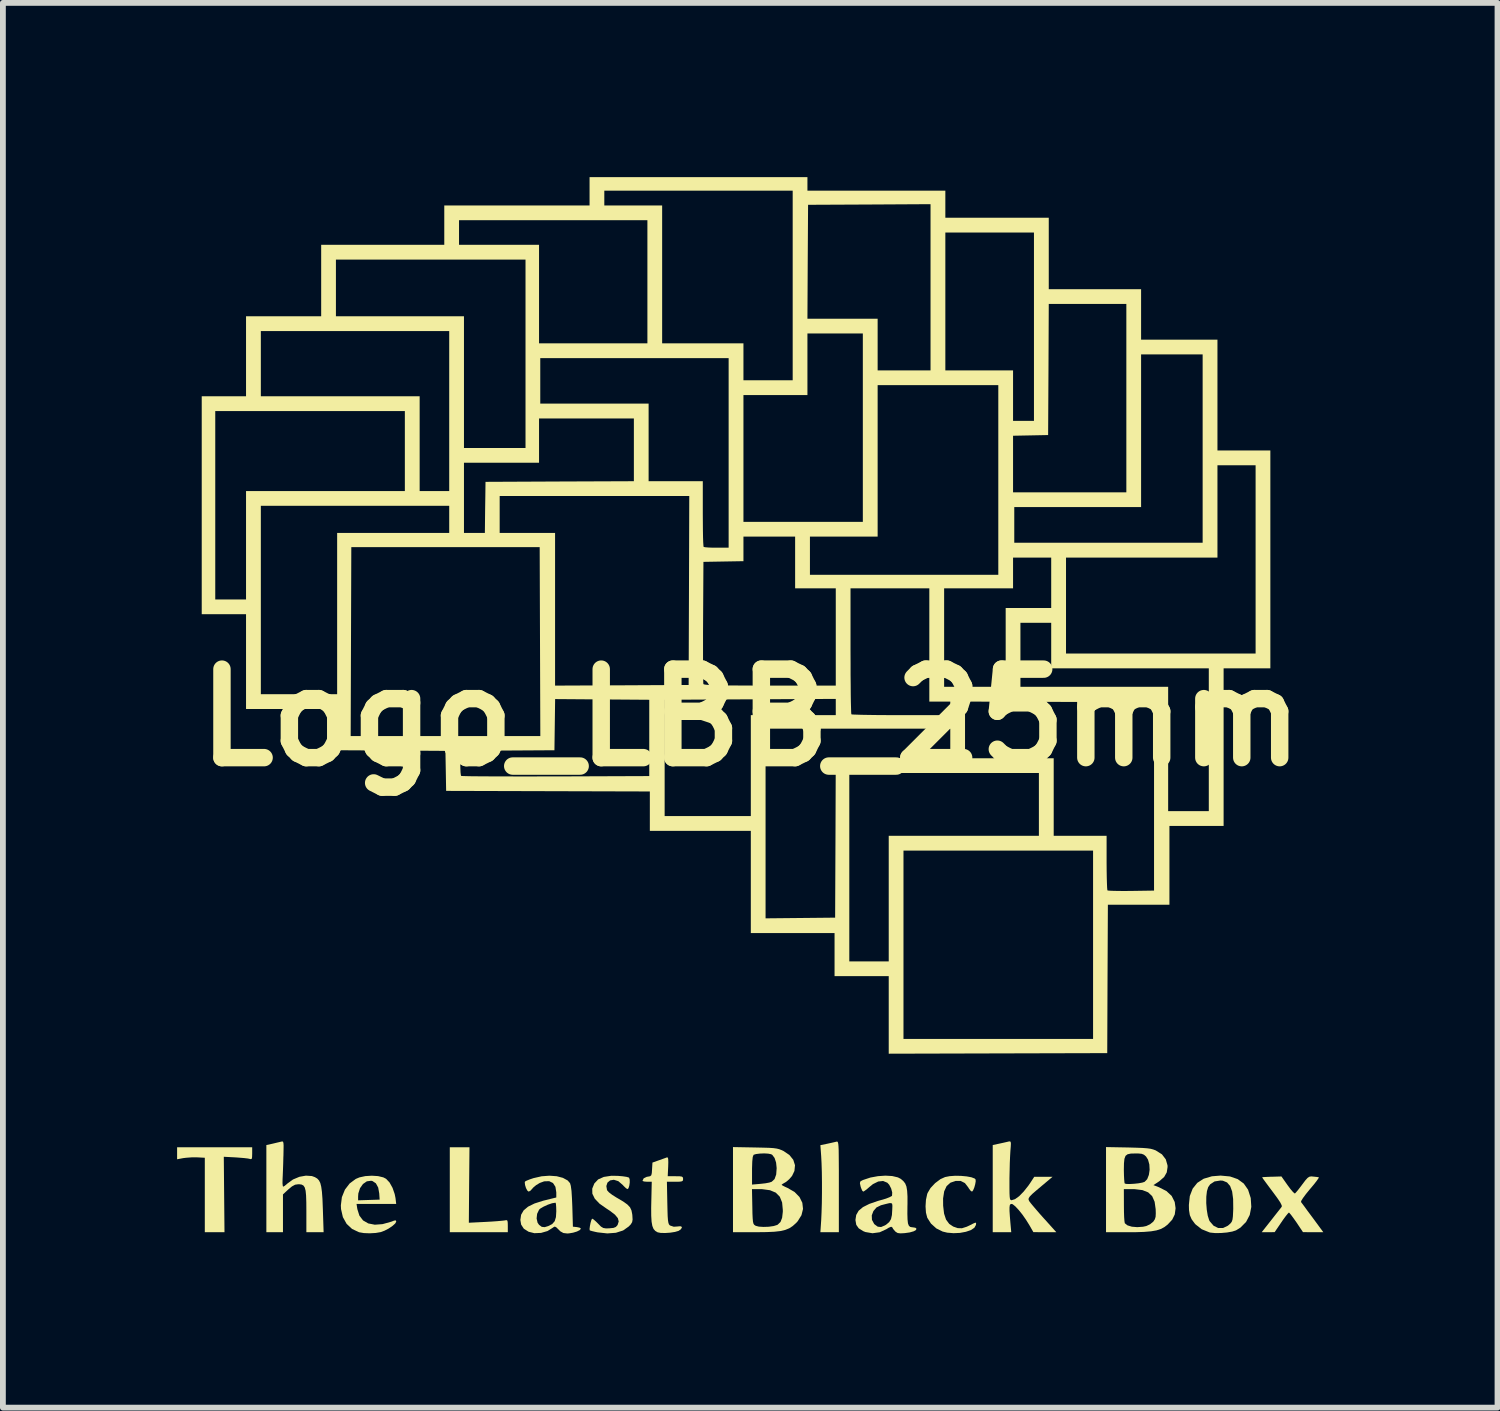
<source format=kicad_pcb>
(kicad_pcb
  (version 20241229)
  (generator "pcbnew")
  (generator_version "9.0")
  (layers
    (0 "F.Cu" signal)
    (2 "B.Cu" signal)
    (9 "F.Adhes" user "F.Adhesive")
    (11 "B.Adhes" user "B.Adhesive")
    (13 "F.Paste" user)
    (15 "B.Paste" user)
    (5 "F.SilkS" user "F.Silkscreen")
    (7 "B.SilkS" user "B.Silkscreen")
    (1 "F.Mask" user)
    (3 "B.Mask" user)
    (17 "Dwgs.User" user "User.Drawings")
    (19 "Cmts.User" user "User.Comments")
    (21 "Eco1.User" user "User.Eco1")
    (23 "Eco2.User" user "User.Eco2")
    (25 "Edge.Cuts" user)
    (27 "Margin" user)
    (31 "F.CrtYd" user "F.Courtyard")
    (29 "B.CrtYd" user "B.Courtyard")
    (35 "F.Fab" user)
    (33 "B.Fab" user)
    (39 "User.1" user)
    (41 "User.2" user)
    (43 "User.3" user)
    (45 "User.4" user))
  (footprint "Logo_LBB_25mm"
    (layer "F.Cu")
    (at 9.88 9.308)
    (property "Reference" "Logo_LBB_25mm" (at 0 0 0) (layer "F.SilkS") (effects (font (size 1.524 1.524) (thickness 0.3))))
    (attr through_hole)
    (fp_poly (pts (xy -4.851 8.049) (xy -4.856 8.699) (xy -4.575 8.685) (xy -4.465 8.679) (xy -4.367 8.672) (xy -4.289 8.665) (xy -4.243 8.66) (xy -4.239 8.659) (xy -4.207 8.654) (xy -4.191 8.665) (xy -4.186 8.702) (xy -4.185 8.755) (xy -4.185 8.862) (xy -4.684 8.862) (xy -5.184 8.862) (xy -5.184 7.399) (xy -5.014 7.399) (xy -4.845 7.399)) (stroke (width 0) (type solid)) (fill yes) (layer "F.SilkS"))
    (fp_poly (pts (xy -8.587 7.508) (xy -8.589 7.571) (xy -8.596 7.6) (xy -8.613 7.604) (xy -8.624 7.601) (xy -8.66 7.593) (xy -8.728 7.585) (xy -8.815 7.578) (xy -8.868 7.574) (xy -9.076 7.563) (xy -9.07 8.213) (xy -9.064 8.862) (xy -9.233 8.862) (xy -9.403 8.862) (xy -9.403 7.58) (xy -9.535 7.573) (xy -9.629 7.573) (xy -9.724 7.58) (xy -9.774 7.586) (xy -9.88 7.606) (xy -9.88 7.399) (xy -8.587 7.399)) (stroke (width 0) (type solid)) (fill yes) (layer "F.SilkS"))
    (fp_poly (pts (xy 1.493 7.304) (xy 1.5 7.316) (xy 1.506 7.342) (xy 1.51 7.384) (xy 1.513 7.447) (xy 1.514 7.536) (xy 1.515 7.653) (xy 1.516 7.803) (xy 1.516 7.99) (xy 1.516 8.077) (xy 1.516 8.862) (xy 1.357 8.862) (xy 1.198 8.862) (xy 1.212 8.656) (xy 1.218 8.522) (xy 1.223 8.361) (xy 1.225 8.183) (xy 1.225 8.001) (xy 1.223 7.827) (xy 1.218 7.672) (xy 1.212 7.556) (xy 1.198 7.363) (xy 1.315 7.339) (xy 1.388 7.323) (xy 1.449 7.309) (xy 1.474 7.303) (xy 1.484 7.301)) (stroke (width 0) (type solid)) (fill yes) (layer "F.SilkS"))
    (fp_poly (pts (xy -8.056 7.304) (xy -8.049 7.326) (xy -8.046 7.369) (xy -8.047 7.441) (xy -8.049 7.548) (xy -8.05 7.562) (xy -8.053 7.679) (xy -8.057 7.793) (xy -8.061 7.891) (xy -8.064 7.956) (xy -8.065 8.021) (xy -8.06 8.066) (xy -8.054 8.078) (xy -8.029 8.065) (xy -7.989 8.032) (xy -7.978 8.022) (xy -7.884 7.954) (xy -7.774 7.908) (xy -7.662 7.888) (xy -7.559 7.895) (xy -7.507 7.914) (xy -7.467 7.938) (xy -7.437 7.97) (xy -7.414 8.015) (xy -7.398 8.079) (xy -7.386 8.167) (xy -7.377 8.286) (xy -7.371 8.44) (xy -7.37 8.465) (xy -7.357 8.862) (xy -7.654 8.862) (xy -7.654 8.496) (xy -7.655 8.345) (xy -7.659 8.23) (xy -7.667 8.148) (xy -7.682 8.092) (xy -7.704 8.059) (xy -7.735 8.042) (xy -7.777 8.036) (xy -7.793 8.036) (xy -7.848 8.044) (xy -7.903 8.074) (xy -7.962 8.123) (xy -8.057 8.211) (xy -8.057 8.862) (xy -8.2 8.862) (xy -8.343 8.862) (xy -8.343 7.361) (xy -8.237 7.338) (xy -8.166 7.321) (xy -8.106 7.307) (xy -8.086 7.302) (xy -8.068 7.299)) (stroke (width 0) (type solid)) (fill yes) (layer "F.SilkS"))
    (fp_poly (pts (xy -6.419 7.896) (xy -6.328 7.918) (xy -6.282 7.942) (xy -6.222 8.005) (xy -6.17 8.098) (xy -6.133 8.205) (xy -6.119 8.274) (xy -6.107 8.375) (xy -6.79 8.375) (xy -6.776 8.465) (xy -6.741 8.576) (xy -6.678 8.659) (xy -6.588 8.711) (xy -6.475 8.733) (xy -6.342 8.723) (xy -6.191 8.681) (xy -6.143 8.662) (xy -6.113 8.659) (xy -6.106 8.679) (xy -6.124 8.712) (xy -6.171 8.754) (xy -6.235 8.798) (xy -6.308 8.836) (xy -6.372 8.86) (xy -6.459 8.875) (xy -6.563 8.881) (xy -6.664 8.877) (xy -6.745 8.863) (xy -6.746 8.863) (xy -6.867 8.806) (xy -6.961 8.718) (xy -7.025 8.603) (xy -7.057 8.464) (xy -7.06 8.399) (xy -7.042 8.256) (xy -7.038 8.248) (xy -6.763 8.248) (xy -6.763 8.313) (xy -6.578 8.307) (xy -6.392 8.301) (xy -6.399 8.195) (xy -6.417 8.093) (xy -6.457 8.02) (xy -6.516 7.981) (xy -6.539 7.976) (xy -6.613 7.986) (xy -6.679 8.032) (xy -6.73 8.104) (xy -6.759 8.194) (xy -6.763 8.248) (xy -7.038 8.248) (xy -6.99 8.129) (xy -6.909 8.023) (xy -6.804 7.945) (xy -6.74 7.918) (xy -6.639 7.896) (xy -6.527 7.889)) (stroke (width 0) (type solid)) (fill yes) (layer "F.SilkS"))
    (fp_poly (pts (xy 3.62 7.892) (xy 3.717 7.901) (xy 3.798 7.916) (xy 3.854 7.937) (xy 3.87 7.952) (xy 3.873 7.984) (xy 3.864 8.037) (xy 3.848 8.094) (xy 3.828 8.141) (xy 3.81 8.163) (xy 3.808 8.163) (xy 3.783 8.146) (xy 3.752 8.104) (xy 3.745 8.091) (xy 3.687 8.016) (xy 3.614 7.979) (xy 3.528 7.979) (xy 3.438 8.009) (xy 3.372 8.068) (xy 3.33 8.158) (xy 3.311 8.281) (xy 3.312 8.406) (xy 3.328 8.542) (xy 3.362 8.645) (xy 3.417 8.719) (xy 3.486 8.765) (xy 3.564 8.792) (xy 3.636 8.794) (xy 3.718 8.768) (xy 3.765 8.746) (xy 3.83 8.713) (xy 3.865 8.698) (xy 3.879 8.701) (xy 3.879 8.72) (xy 3.876 8.739) (xy 3.849 8.786) (xy 3.789 8.826) (xy 3.703 8.855) (xy 3.601 8.874) (xy 3.492 8.879) (xy 3.383 8.87) (xy 3.304 8.851) (xy 3.195 8.797) (xy 3.103 8.714) (xy 3.039 8.614) (xy 3.038 8.611) (xy 3.016 8.525) (xy 3.009 8.417) (xy 3.016 8.305) (xy 3.037 8.207) (xy 3.044 8.187) (xy 3.095 8.101) (xy 3.174 8.017) (xy 3.266 7.948) (xy 3.346 7.912) (xy 3.424 7.897) (xy 3.519 7.89)) (stroke (width 0) (type solid)) (fill yes) (layer "F.SilkS"))
    (fp_poly (pts (xy 4.475 7.307) (xy 4.479 7.337) (xy 4.476 7.394) (xy 4.47 7.467) (xy 4.465 7.553) (xy 4.46 7.669) (xy 4.457 7.8) (xy 4.454 7.934) (xy 4.454 7.977) (xy 4.454 8.103) (xy 4.455 8.193) (xy 4.458 8.252) (xy 4.463 8.288) (xy 4.472 8.305) (xy 4.485 8.311) (xy 4.492 8.311) (xy 4.55 8.293) (xy 4.621 8.242) (xy 4.699 8.162) (xy 4.78 8.06) (xy 4.815 8.009) (xy 4.881 7.908) (xy 5.196 7.908) (xy 5.008 8.066) (xy 4.913 8.146) (xy 4.846 8.204) (xy 4.805 8.246) (xy 4.785 8.277) (xy 4.783 8.302) (xy 4.795 8.328) (xy 4.818 8.359) (xy 4.852 8.4) (xy 4.907 8.465) (xy 4.976 8.545) (xy 5.053 8.631) (xy 5.066 8.645) (xy 5.261 8.862) (xy 5.063 8.862) (xy 4.866 8.861) (xy 4.796 8.739) (xy 4.738 8.646) (xy 4.675 8.556) (xy 4.612 8.478) (xy 4.555 8.417) (xy 4.51 8.381) (xy 4.491 8.375) (xy 4.472 8.379) (xy 4.46 8.397) (xy 4.455 8.434) (xy 4.455 8.496) (xy 4.461 8.589) (xy 4.47 8.698) (xy 4.485 8.862) (xy 4.166 8.862) (xy 4.166 7.361) (xy 4.283 7.336) (xy 4.356 7.32) (xy 4.417 7.306) (xy 4.442 7.3) (xy 4.463 7.298)) (stroke (width 0) (type solid)) (fill yes) (layer "F.SilkS"))
    (fp_poly (pts (xy 8.252 7.902) (xy 8.385 7.948) (xy 8.489 8.024) (xy 8.563 8.13) (xy 8.607 8.267) (xy 8.609 8.273) (xy 8.619 8.426) (xy 8.592 8.565) (xy 8.529 8.685) (xy 8.433 8.782) (xy 8.356 8.83) (xy 8.291 8.851) (xy 8.2 8.867) (xy 8.096 8.876) (xy 7.996 8.877) (xy 7.915 8.869) (xy 7.898 8.865) (xy 7.765 8.811) (xy 7.659 8.728) (xy 7.644 8.711) (xy 7.591 8.639) (xy 7.56 8.567) (xy 7.546 8.481) (xy 7.544 8.395) (xy 7.547 8.362) (xy 7.843 8.362) (xy 7.852 8.475) (xy 7.869 8.578) (xy 7.894 8.657) (xy 7.904 8.675) (xy 7.97 8.751) (xy 8.049 8.79) (xy 8.132 8.79) (xy 8.214 8.751) (xy 8.231 8.737) (xy 8.263 8.708) (xy 8.283 8.68) (xy 8.295 8.644) (xy 8.302 8.59) (xy 8.306 8.508) (xy 8.308 8.459) (xy 8.306 8.291) (xy 8.289 8.161) (xy 8.254 8.066) (xy 8.201 8.005) (xy 8.129 7.975) (xy 8.087 7.972) (xy 7.986 7.988) (xy 7.911 8.037) (xy 7.876 8.087) (xy 7.855 8.155) (xy 7.844 8.251) (xy 7.843 8.362) (xy 7.547 8.362) (xy 7.56 8.239) (xy 7.609 8.112) (xy 7.689 8.012) (xy 7.799 7.941) (xy 7.941 7.899) (xy 8.09 7.887)) (stroke (width 0) (type solid)) (fill yes) (layer "F.SilkS"))
    (fp_poly (pts (xy -1.43 7.576) (xy -1.423 7.601) (xy -1.421 7.655) (xy -1.423 7.73) (xy -1.431 7.898) (xy -1.299 7.898) (xy -1.226 7.899) (xy -1.186 7.905) (xy -1.17 7.919) (xy -1.166 7.945) (xy -1.166 7.945) (xy -1.169 7.971) (xy -1.185 7.985) (xy -1.223 7.992) (xy -1.292 7.993) (xy -1.305 7.993) (xy -1.445 7.993) (xy -1.438 8.355) (xy -1.435 8.489) (xy -1.432 8.586) (xy -1.427 8.653) (xy -1.42 8.697) (xy -1.411 8.725) (xy -1.397 8.742) (xy -1.39 8.747) (xy -1.327 8.768) (xy -1.269 8.764) (xy -1.214 8.759) (xy -1.19 8.769) (xy -1.187 8.782) (xy -1.205 8.812) (xy -1.244 8.839) (xy -1.305 8.857) (xy -1.388 8.87) (xy -1.476 8.876) (xy -1.554 8.874) (xy -1.605 8.864) (xy -1.645 8.84) (xy -1.675 8.806) (xy -1.696 8.754) (xy -1.709 8.681) (xy -1.715 8.58) (xy -1.716 8.445) (xy -1.714 8.35) (xy -1.706 7.993) (xy -1.786 7.993) (xy -1.837 7.989) (xy -1.864 7.98) (xy -1.865 7.977) (xy -1.845 7.934) (xy -1.791 7.908) (xy -1.77 7.905) (xy -1.734 7.898) (xy -1.714 7.881) (xy -1.705 7.843) (xy -1.701 7.78) (xy -1.694 7.663) (xy -1.584 7.624) (xy -1.517 7.6) (xy -1.464 7.581) (xy -1.445 7.574)) (stroke (width 0) (type solid)) (fill yes) (layer "F.SilkS"))
    (fp_poly (pts (xy 9.684 7.904) (xy 9.741 7.91) (xy 9.778 7.915) (xy 9.782 7.916) (xy 9.776 7.933) (xy 9.747 7.975) (xy 9.699 8.037) (xy 9.636 8.112) (xy 9.629 8.12) (xy 9.559 8.206) (xy 9.508 8.275) (xy 9.479 8.322) (xy 9.475 8.342) (xy 9.493 8.366) (xy 9.532 8.418) (xy 9.585 8.491) (xy 9.649 8.577) (xy 9.676 8.613) (xy 9.859 8.862) (xy 9.684 8.862) (xy 9.509 8.861) (xy 9.396 8.692) (xy 9.345 8.62) (xy 9.303 8.563) (xy 9.274 8.529) (xy 9.267 8.523) (xy 9.249 8.54) (xy 9.213 8.584) (xy 9.166 8.648) (xy 9.136 8.692) (xy 9.021 8.861) (xy 8.91 8.862) (xy 8.798 8.862) (xy 8.961 8.656) (xy 9.025 8.574) (xy 9.081 8.503) (xy 9.122 8.451) (xy 9.143 8.423) (xy 9.144 8.423) (xy 9.142 8.398) (xy 9.117 8.348) (xy 9.065 8.271) (xy 8.987 8.165) (xy 8.982 8.159) (xy 8.918 8.073) (xy 8.864 8) (xy 8.825 7.947) (xy 8.807 7.919) (xy 8.805 7.916) (xy 8.827 7.913) (xy 8.881 7.91) (xy 8.955 7.907) (xy 8.974 7.907) (xy 9.138 7.902) (xy 9.245 8.054) (xy 9.295 8.121) (xy 9.337 8.17) (xy 9.365 8.194) (xy 9.371 8.195) (xy 9.392 8.173) (xy 9.431 8.126) (xy 9.48 8.062) (xy 9.497 8.039) (xy 9.55 7.969) (xy 9.588 7.927) (xy 9.618 7.907) (xy 9.65 7.901)) (stroke (width 0) (type solid)) (fill yes) (layer "F.SilkS"))
    (fp_poly (pts (xy -2.289 7.892) (xy -2.207 7.899) (xy -2.14 7.909) (xy -2.1 7.921) (xy -2.096 7.924) (xy -2.086 7.956) (xy -2.085 8.007) (xy -2.093 8.062) (xy -2.107 8.105) (xy -2.123 8.12) (xy -2.148 8.106) (xy -2.187 8.069) (xy -2.206 8.048) (xy -2.282 7.983) (xy -2.359 7.959) (xy -2.423 7.97) (xy -2.469 8.008) (xy -2.488 8.067) (xy -2.477 8.134) (xy -2.472 8.144) (xy -2.443 8.176) (xy -2.387 8.219) (xy -2.316 8.264) (xy -2.3 8.273) (xy -2.197 8.334) (xy -2.126 8.385) (xy -2.08 8.434) (xy -2.055 8.488) (xy -2.042 8.554) (xy -2.04 8.574) (xy -2.036 8.644) (xy -2.044 8.689) (xy -2.068 8.728) (xy -2.103 8.764) (xy -2.199 8.832) (xy -2.324 8.872) (xy -2.471 8.883) (xy -2.636 8.865) (xy -2.671 8.858) (xy -2.73 8.844) (xy -2.767 8.833) (xy -2.774 8.83) (xy -2.777 8.805) (xy -2.771 8.757) (xy -2.76 8.701) (xy -2.746 8.653) (xy -2.734 8.63) (xy -2.732 8.629) (xy -2.707 8.643) (xy -2.665 8.68) (xy -2.63 8.715) (xy -2.581 8.765) (xy -2.541 8.789) (xy -2.494 8.797) (xy -2.436 8.795) (xy -2.366 8.788) (xy -2.325 8.772) (xy -2.298 8.743) (xy -2.293 8.734) (xy -2.275 8.677) (xy -2.29 8.62) (xy -2.34 8.56) (xy -2.426 8.494) (xy -2.481 8.458) (xy -2.605 8.371) (xy -2.687 8.285) (xy -2.729 8.199) (xy -2.731 8.112) (xy -2.695 8.023) (xy -2.694 8.022) (xy -2.629 7.953) (xy -2.532 7.91) (xy -2.401 7.89)) (stroke (width 0) (type solid)) (fill yes) (layer "F.SilkS"))
    (fp_poly (pts (xy -3.343 7.898) (xy -3.236 7.926) (xy -3.154 7.971) (xy -3.113 8.018) (xy -3.1 8.064) (xy -3.088 8.151) (xy -3.08 8.28) (xy -3.074 8.417) (xy -3.064 8.767) (xy -2.995 8.774) (xy -2.948 8.784) (xy -2.926 8.8) (xy -2.926 8.801) (xy -2.945 8.825) (xy -2.994 8.85) (xy -3.06 8.87) (xy -3.13 8.882) (xy -3.161 8.884) (xy -3.228 8.876) (xy -3.28 8.847) (xy -3.31 8.817) (xy -3.351 8.777) (xy -3.376 8.765) (xy -3.4 8.777) (xy -3.41 8.785) (xy -3.501 8.842) (xy -3.612 8.874) (xy -3.727 8.879) (xy -3.827 8.854) (xy -3.909 8.802) (xy -3.955 8.732) (xy -3.969 8.65) (xy -3.965 8.625) (xy -3.689 8.625) (xy -3.672 8.699) (xy -3.647 8.735) (xy -3.6 8.77) (xy -3.55 8.775) (xy -3.49 8.757) (xy -3.421 8.722) (xy -3.378 8.673) (xy -3.356 8.602) (xy -3.35 8.502) (xy -3.352 8.429) (xy -3.356 8.376) (xy -3.362 8.354) (xy -3.363 8.354) (xy -3.421 8.363) (xy -3.495 8.388) (xy -3.569 8.422) (xy -3.627 8.456) (xy -3.646 8.474) (xy -3.68 8.545) (xy -3.689 8.625) (xy -3.965 8.625) (xy -3.956 8.562) (xy -3.912 8.486) (xy -3.836 8.422) (xy -3.724 8.367) (xy -3.573 8.319) (xy -3.536 8.31) (xy -3.35 8.264) (xy -3.35 8.176) (xy -3.365 8.08) (xy -3.407 8.015) (xy -3.473 7.983) (xy -3.559 7.986) (xy -3.635 8.014) (xy -3.698 8.052) (xy -3.749 8.095) (xy -3.762 8.111) (xy -3.796 8.148) (xy -3.826 8.163) (xy -3.849 8.145) (xy -3.872 8.101) (xy -3.888 8.049) (xy -3.893 8.004) (xy -3.889 7.99) (xy -3.865 7.976) (xy -3.811 7.954) (xy -3.74 7.93) (xy -3.739 7.93) (xy -3.602 7.899) (xy -3.468 7.889)) (stroke (width 0) (type solid)) (fill yes) (layer "F.SilkS"))
    (fp_poly (pts (xy 6.498 7.403) (xy 6.64 7.407) (xy 6.746 7.411) (xy 6.824 7.417) (xy 6.883 7.425) (xy 6.929 7.437) (xy 6.97 7.452) (xy 6.977 7.456) (xy 7.08 7.521) (xy 7.146 7.607) (xy 7.176 7.711) (xy 7.177 7.739) (xy 7.163 7.832) (xy 7.118 7.911) (xy 7.036 7.983) (xy 7.013 7.999) (xy 6.933 8.051) (xy 7.029 8.088) (xy 7.157 8.153) (xy 7.248 8.238) (xy 7.3 8.342) (xy 7.315 8.449) (xy 7.301 8.556) (xy 7.257 8.646) (xy 7.178 8.731) (xy 7.122 8.774) (xy 7.06 8.807) (xy 6.985 8.831) (xy 6.891 8.847) (xy 6.771 8.857) (xy 6.62 8.862) (xy 6.5 8.862) (xy 6.117 8.862) (xy 6.117 8.12) (xy 6.424 8.12) (xy 6.425 8.401) (xy 6.426 8.508) (xy 6.429 8.6) (xy 6.434 8.668) (xy 6.44 8.705) (xy 6.441 8.708) (xy 6.486 8.744) (xy 6.561 8.767) (xy 6.654 8.775) (xy 6.754 8.768) (xy 6.81 8.756) (xy 6.876 8.725) (xy 6.93 8.681) (xy 6.934 8.676) (xy 6.958 8.639) (xy 6.971 8.597) (xy 6.974 8.536) (xy 6.972 8.466) (xy 6.954 8.338) (xy 6.912 8.242) (xy 6.843 8.176) (xy 6.744 8.137) (xy 6.612 8.121) (xy 6.578 8.12) (xy 6.424 8.12) (xy 6.117 8.12) (xy 6.117 7.79) (xy 6.424 7.79) (xy 6.426 7.882) (xy 6.43 7.959) (xy 6.435 8.009) (xy 6.44 8.024) (xy 6.469 8.031) (xy 6.527 8.032) (xy 6.6 8.028) (xy 6.676 8.02) (xy 6.741 8.008) (xy 6.781 7.995) (xy 6.826 7.949) (xy 6.855 7.875) (xy 6.868 7.787) (xy 6.863 7.695) (xy 6.84 7.612) (xy 6.806 7.558) (xy 6.771 7.528) (xy 6.731 7.512) (xy 6.67 7.506) (xy 6.623 7.506) (xy 6.543 7.508) (xy 6.488 7.52) (xy 6.453 7.547) (xy 6.434 7.598) (xy 6.426 7.677) (xy 6.424 7.79) (xy 6.117 7.79) (xy 6.117 7.396)) (stroke (width 0) (type solid)) (fill yes) (layer "F.SilkS"))
    (fp_poly (pts (xy 0.074 7.403) (xy 0.212 7.406) (xy 0.315 7.409) (xy 0.391 7.414) (xy 0.447 7.422) (xy 0.49 7.433) (xy 0.529 7.448) (xy 0.562 7.463) (xy 0.664 7.532) (xy 0.731 7.615) (xy 0.761 7.709) (xy 0.751 7.807) (xy 0.71 7.893) (xy 0.661 7.95) (xy 0.607 7.996) (xy 0.593 8.004) (xy 0.55 8.029) (xy 0.53 8.045) (xy 0.53 8.046) (xy 0.548 8.059) (xy 0.593 8.082) (xy 0.633 8.1) (xy 0.753 8.169) (xy 0.838 8.256) (xy 0.887 8.355) (xy 0.899 8.461) (xy 0.872 8.57) (xy 0.806 8.675) (xy 0.777 8.706) (xy 0.721 8.756) (xy 0.663 8.794) (xy 0.595 8.822) (xy 0.511 8.842) (xy 0.405 8.854) (xy 0.271 8.86) (xy 0.101 8.862) (xy 0.076 8.862) (xy -0.307 8.862) (xy -0.307 8.12) (xy 0.02 8.12) (xy 0.026 8.422) (xy 0.028 8.54) (xy 0.032 8.624) (xy 0.037 8.679) (xy 0.045 8.713) (xy 0.057 8.733) (xy 0.075 8.746) (xy 0.085 8.752) (xy 0.139 8.766) (xy 0.219 8.771) (xy 0.309 8.768) (xy 0.393 8.756) (xy 0.454 8.737) (xy 0.463 8.732) (xy 0.511 8.686) (xy 0.539 8.614) (xy 0.551 8.511) (xy 0.551 8.479) (xy 0.539 8.35) (xy 0.499 8.251) (xy 0.43 8.181) (xy 0.33 8.139) (xy 0.197 8.121) (xy 0.158 8.12) (xy 0.02 8.12) (xy -0.307 8.12) (xy -0.307 7.799) (xy 0.021 7.799) (xy 0.021 8.042) (xy 0.169 8.029) (xy 0.25 8.02) (xy 0.319 8.007) (xy 0.36 7.993) (xy 0.409 7.947) (xy 0.437 7.868) (xy 0.445 7.758) (xy 0.435 7.662) (xy 0.409 7.583) (xy 0.369 7.53) (xy 0.349 7.519) (xy 0.299 7.509) (xy 0.23 7.505) (xy 0.155 7.508) (xy 0.091 7.516) (xy 0.05 7.528) (xy 0.047 7.531) (xy 0.033 7.567) (xy 0.025 7.645) (xy 0.021 7.764) (xy 0.021 7.799) (xy -0.307 7.799) (xy -0.307 7.396)) (stroke (width 0) (type solid)) (fill yes) (layer "F.SilkS"))
    (fp_poly (pts (xy 2.436 7.895) (xy 2.533 7.918) (xy 2.583 7.944) (xy 2.627 7.982) (xy 2.659 8.023) (xy 2.68 8.076) (xy 2.692 8.148) (xy 2.698 8.246) (xy 2.698 8.377) (xy 2.697 8.415) (xy 2.696 8.547) (xy 2.699 8.644) (xy 2.706 8.709) (xy 2.721 8.749) (xy 2.743 8.77) (xy 2.775 8.777) (xy 2.789 8.778) (xy 2.833 8.785) (xy 2.851 8.798) (xy 2.846 8.823) (xy 2.806 8.846) (xy 2.736 8.866) (xy 2.65 8.878) (xy 2.576 8.882) (xy 2.529 8.876) (xy 2.496 8.856) (xy 2.486 8.847) (xy 2.451 8.806) (xy 2.435 8.777) (xy 2.416 8.768) (xy 2.373 8.786) (xy 2.335 8.81) (xy 2.22 8.863) (xy 2.095 8.88) (xy 1.973 8.859) (xy 1.936 8.844) (xy 1.858 8.795) (xy 1.816 8.735) (xy 1.802 8.654) (xy 1.802 8.649) (xy 1.814 8.572) (xy 2.083 8.572) (xy 2.086 8.649) (xy 2.123 8.718) (xy 2.13 8.726) (xy 2.186 8.767) (xy 2.243 8.773) (xy 2.311 8.744) (xy 2.333 8.73) (xy 2.383 8.688) (xy 2.414 8.637) (xy 2.43 8.566) (xy 2.436 8.465) (xy 2.436 8.463) (xy 2.438 8.408) (xy 2.434 8.375) (xy 2.419 8.361) (xy 2.384 8.362) (xy 2.321 8.377) (xy 2.241 8.398) (xy 2.164 8.436) (xy 2.111 8.498) (xy 2.083 8.572) (xy 1.814 8.572) (xy 1.815 8.565) (xy 1.857 8.492) (xy 1.931 8.43) (xy 2.04 8.375) (xy 2.187 8.324) (xy 2.244 8.308) (xy 2.326 8.284) (xy 2.39 8.259) (xy 2.427 8.239) (xy 2.432 8.233) (xy 2.435 8.178) (xy 2.417 8.11) (xy 2.384 8.046) (xy 2.351 8.01) (xy 2.278 7.98) (xy 2.194 7.989) (xy 2.103 8.034) (xy 2.045 8.081) (xy 1.993 8.126) (xy 1.952 8.155) (xy 1.935 8.163) (xy 1.917 8.144) (xy 1.898 8.098) (xy 1.891 8.076) (xy 1.879 8.021) (xy 1.884 7.991) (xy 1.913 7.972) (xy 1.938 7.961) (xy 2.059 7.921) (xy 2.189 7.897) (xy 2.318 7.888)) (stroke (width 0) (type solid)) (fill yes) (layer "F.SilkS"))
    (fp_poly (pts (xy 0.975 -9.074) (xy 3.35 -9.074) (xy 3.35 -8.608) (xy 5.131 -8.608) (xy 5.131 -7.378) (xy 6.721 -7.378) (xy 6.721 -6.509) (xy 8.036 -6.509) (xy 8.036 -4.601) (xy 8.947 -4.601) (xy 8.947 -0.848) (xy 8.142 -0.848) (xy 8.142 1.866) (xy 7.209 1.866) (xy 7.209 3.223) (xy 6.149 3.223) (xy 6.143 4.5) (xy 6.138 5.778) (xy 4.256 5.783) (xy 2.375 5.788) (xy 2.375 4.452) (xy 1.442 4.452) (xy 1.442 3.71) (xy 0 3.71) (xy 0 1.951) (xy -1.739 1.951) (xy -1.739 1.696) (xy -1.484 1.696) (xy 0 1.696) (xy 0 0.191) (xy 0.254 0.191) (xy 0.254 3.457) (xy 0.853 3.451) (xy 1.452 3.445) (xy 1.458 2.072) (xy 1.462 0.954) (xy 1.696 0.954) (xy 1.696 4.198) (xy 2.375 4.198) (xy 2.375 2.29) (xy 2.629 2.29) (xy 2.629 5.534) (xy 5.894 5.534) (xy 5.894 2.29) (xy 2.629 2.29) (xy 2.375 2.29) (xy 2.375 2.035) (xy 4.961 2.035) (xy 4.961 0.954) (xy 1.696 0.954) (xy 1.462 0.954) (xy 1.463 0.7) (xy 3.435 0.7) (xy 3.689 0.7) (xy 5.216 0.7) (xy 5.216 2.035) (xy 6.127 2.035) (xy 6.127 2.498) (xy 6.128 2.634) (xy 6.13 2.756) (xy 6.133 2.857) (xy 6.136 2.93) (xy 6.14 2.97) (xy 6.142 2.976) (xy 6.167 2.98) (xy 6.227 2.983) (xy 6.316 2.985) (xy 6.427 2.986) (xy 6.55 2.985) (xy 6.944 2.979) (xy 6.944 -0.265) (xy 3.689 -0.276) (xy 3.689 0.7) (xy 3.435 0.7) (xy 3.435 0.191) (xy 0.254 0.191) (xy 0 0.191) (xy 0 -0.042) (xy 1.463 -0.042) (xy 1.463 -0.322) (xy -0.011 -0.315) (xy -1.484 -0.307) (xy -1.484 1.696) (xy -1.739 1.696) (xy -1.739 1.272) (xy -3.493 1.267) (xy -5.247 1.262) (xy -5.253 0.917) (xy -5.259 0.573) (xy -5.004 0.573) (xy -5.004 0.781) (xy -5.002 0.871) (xy -4.999 0.945) (xy -4.993 0.992) (xy -4.989 1.004) (xy -4.966 1.006) (xy -4.904 1.008) (xy -4.806 1.01) (xy -4.676 1.011) (xy -4.516 1.012) (xy -4.331 1.013) (xy -4.122 1.013) (xy -3.895 1.014) (xy -3.651 1.013) (xy -3.395 1.013) (xy -3.362 1.013) (xy -1.749 1.007) (xy -1.749 -0.307) (xy -2.56 -0.313) (xy -3.37 -0.319) (xy -3.376 0.122) (xy -3.382 0.562) (xy -4.193 0.567) (xy -5.004 0.573) (xy -5.259 0.573) (xy -5.259 0.573) (xy -6.197 0.567) (xy -7.134 0.562) (xy -7.138 0.318) (xy -6.891 0.318) (xy -3.625 0.318) (xy -3.636 -2.936) (xy -6.88 -2.936) (xy -6.891 0.318) (xy -7.138 0.318) (xy -7.146 -0.148) (xy -8.693 -0.148) (xy -8.693 -1.781) (xy -9.456 -1.781) (xy -9.456 -5.279) (xy -9.223 -5.279) (xy -9.223 -2.035) (xy -8.693 -2.035) (xy -8.693 -3.647) (xy -8.438 -3.647) (xy -8.438 -0.403) (xy -7.124 -0.403) (xy -7.124 -3.18) (xy -5.194 -3.18) (xy -5.194 -3.647) (xy -8.438 -3.647) (xy -8.693 -3.647) (xy -8.693 -3.901) (xy -5.958 -3.901) (xy -5.958 -5.279) (xy -9.223 -5.279) (xy -9.456 -5.279) (xy -9.456 -5.534) (xy -8.693 -5.534) (xy -8.693 -6.657) (xy -8.438 -6.657) (xy -8.438 -5.534) (xy -5.703 -5.534) (xy -5.703 -3.901) (xy -5.194 -3.901) (xy -5.194 -4.389) (xy -4.94 -4.389) (xy -4.94 -3.18) (xy -4.58 -3.18) (xy -4.575 -3.62) (xy -4.572 -3.816) (xy -4.325 -3.816) (xy -4.325 -3.18) (xy -3.371 -3.18) (xy -3.371 -0.551) (xy -2.221 -0.556) (xy -1.071 -0.562) (xy -1.069 -1.066) (xy -0.823 -1.066) (xy -0.823 -0.91) (xy -0.822 -0.779) (xy -0.821 -0.677) (xy -0.819 -0.609) (xy -0.817 -0.579) (xy -0.817 -0.578) (xy -0.806 -0.572) (xy -0.777 -0.567) (xy -0.725 -0.562) (xy -0.65 -0.559) (xy -0.547 -0.556) (xy -0.415 -0.554) (xy -0.25 -0.553) (xy -0.049 -0.552) (xy 0.19 -0.551) (xy 0.328 -0.551) (xy 1.463 -0.551) (xy 1.463 -2.226) (xy 1.717 -2.226) (xy 1.717 -1.148) (xy 1.718 -0.939) (xy 1.718 -0.742) (xy 1.72 -0.562) (xy 1.721 -0.403) (xy 1.723 -0.269) (xy 1.726 -0.164) (xy 1.728 -0.093) (xy 1.731 -0.059) (xy 1.731 -0.057) (xy 1.755 -0.053) (xy 1.817 -0.051) (xy 1.911 -0.048) (xy 2.034 -0.046) (xy 2.182 -0.044) (xy 2.348 -0.043) (xy 2.53 -0.042) (xy 2.59 -0.042) (xy 3.435 -0.042) (xy 3.435 -0.276) (xy 3.074 -0.276) (xy 3.074 -2.226) (xy 3.329 -2.226) (xy 3.329 -0.53) (xy 4.389 -0.53) (xy 4.389 -1.633) (xy 4.643 -1.633) (xy 4.643 -0.53) (xy 7.187 -0.53) (xy 7.187 1.611) (xy 7.887 1.611) (xy 7.887 -0.848) (xy 5.173 -0.848) (xy 5.173 -1.633) (xy 4.643 -1.633) (xy 4.389 -1.633) (xy 4.389 -1.887) (xy 5.173 -1.887) (xy 5.173 -2.756) (xy 5.428 -2.756) (xy 5.428 -1.103) (xy 8.693 -1.103) (xy 8.693 -4.346) (xy 8.036 -4.346) (xy 8.036 -2.756) (xy 5.428 -2.756) (xy 5.173 -2.756) (xy 4.516 -2.756) (xy 4.516 -2.226) (xy 3.329 -2.226) (xy 3.074 -2.226) (xy 1.717 -2.226) (xy 1.463 -2.226) (xy 0.763 -2.226) (xy 0.763 -3.117) (xy 1.018 -3.117) (xy 1.018 -2.459) (xy 4.262 -2.459) (xy 4.262 -3.626) (xy 4.537 -3.626) (xy 4.537 -3.011) (xy 7.781 -3.011) (xy 7.781 -6.255) (xy 6.721 -6.255) (xy 6.721 -3.626) (xy 4.537 -3.626) (xy 4.262 -3.626) (xy 4.262 -4.854) (xy 4.516 -4.854) (xy 4.516 -3.88) (xy 6.467 -3.88) (xy 6.467 -7.124) (xy 5.131 -7.124) (xy 5.126 -5.995) (xy 5.12 -4.866) (xy 4.818 -4.86) (xy 4.516 -4.854) (xy 4.262 -4.854) (xy 4.262 -5.725) (xy 2.184 -5.725) (xy 2.184 -3.117) (xy 1.018 -3.117) (xy 0.763 -3.117) (xy -0.127 -3.117) (xy -0.127 -2.694) (xy -0.472 -2.688) (xy -0.816 -2.682) (xy -0.822 -1.643) (xy -0.823 -1.437) (xy -0.823 -1.243) (xy -0.823 -1.066) (xy -1.069 -1.066) (xy -1.065 -2.189) (xy -1.06 -3.816) (xy -4.325 -3.816) (xy -4.572 -3.816) (xy -4.569 -4.06) (xy -3.292 -4.066) (xy -2.014 -4.071) (xy -2.014 -5.152) (xy -3.647 -5.152) (xy -3.647 -4.389) (xy -4.94 -4.389) (xy -5.194 -4.389) (xy -5.194 -6.657) (xy -8.438 -6.657) (xy -8.693 -6.657) (xy -8.693 -6.912) (xy -7.399 -6.912) (xy -7.399 -7.887) (xy -7.145 -7.887) (xy -7.145 -6.912) (xy -4.94 -6.912) (xy -4.94 -4.643) (xy -3.88 -4.643) (xy -3.88 -6.191) (xy -3.626 -6.191) (xy -3.626 -5.407) (xy -1.76 -5.407) (xy -1.76 -4.071) (xy -0.827 -4.071) (xy -0.827 -3.512) (xy -0.826 -3.363) (xy -0.825 -3.227) (xy -0.823 -3.111) (xy -0.82 -3.021) (xy -0.816 -2.962) (xy -0.813 -2.94) (xy -0.787 -2.934) (xy -0.728 -2.929) (xy -0.647 -2.926) (xy -0.59 -2.926) (xy -0.382 -2.926) (xy -0.382 -5.555) (xy -0.127 -5.555) (xy -0.127 -3.371) (xy 1.929 -3.371) (xy 1.929 -6.615) (xy 0.975 -6.615) (xy 0.975 -5.555) (xy -0.127 -5.555) (xy -0.382 -5.555) (xy -0.382 -6.191) (xy -3.626 -6.191) (xy -3.88 -6.191) (xy -3.88 -7.887) (xy -7.145 -7.887) (xy -7.399 -7.887) (xy -7.399 -8.142) (xy -5.279 -8.142) (xy -5.279 -8.566) (xy -5.025 -8.566) (xy -5.025 -8.142) (xy -3.647 -8.142) (xy -3.647 -6.445) (xy -1.781 -6.445) (xy -1.781 -8.566) (xy -5.025 -8.566) (xy -5.279 -8.566) (xy -5.279 -8.82) (xy -2.777 -8.82) (xy -2.777 -9.074) (xy -2.523 -9.074) (xy -2.523 -8.82) (xy -1.527 -8.82) (xy -1.527 -6.445) (xy -0.127 -6.445) (xy -0.127 -5.809) (xy 0.721 -5.809) (xy 0.721 -6.869) (xy 0.975 -6.869) (xy 2.184 -6.869) (xy 2.184 -5.979) (xy 3.095 -5.979) (xy 3.095 -8.354) (xy 3.35 -8.354) (xy 3.35 -5.979) (xy 4.516 -5.979) (xy 4.516 -5.11) (xy 4.876 -5.11) (xy 4.876 -8.354) (xy 3.35 -8.354) (xy 3.095 -8.354) (xy 3.095 -8.842) (xy 2.041 -8.836) (xy 0.986 -8.831) (xy 0.98 -7.85) (xy 0.975 -6.869) (xy 0.721 -6.869) (xy 0.721 -9.074) (xy -2.523 -9.074) (xy -2.777 -9.074) (xy -2.777 -9.308) (xy 0.975 -9.308)) (stroke (width 0) (type solid)) (fill yes) (layer "F.SilkS")))
  (gr_rect
    (start -3 -3)
    (end 22.739 21.191)
    (stroke (width 0.1) (type default))
    (fill no)
    (layer "Edge.Cuts")))
</source>
